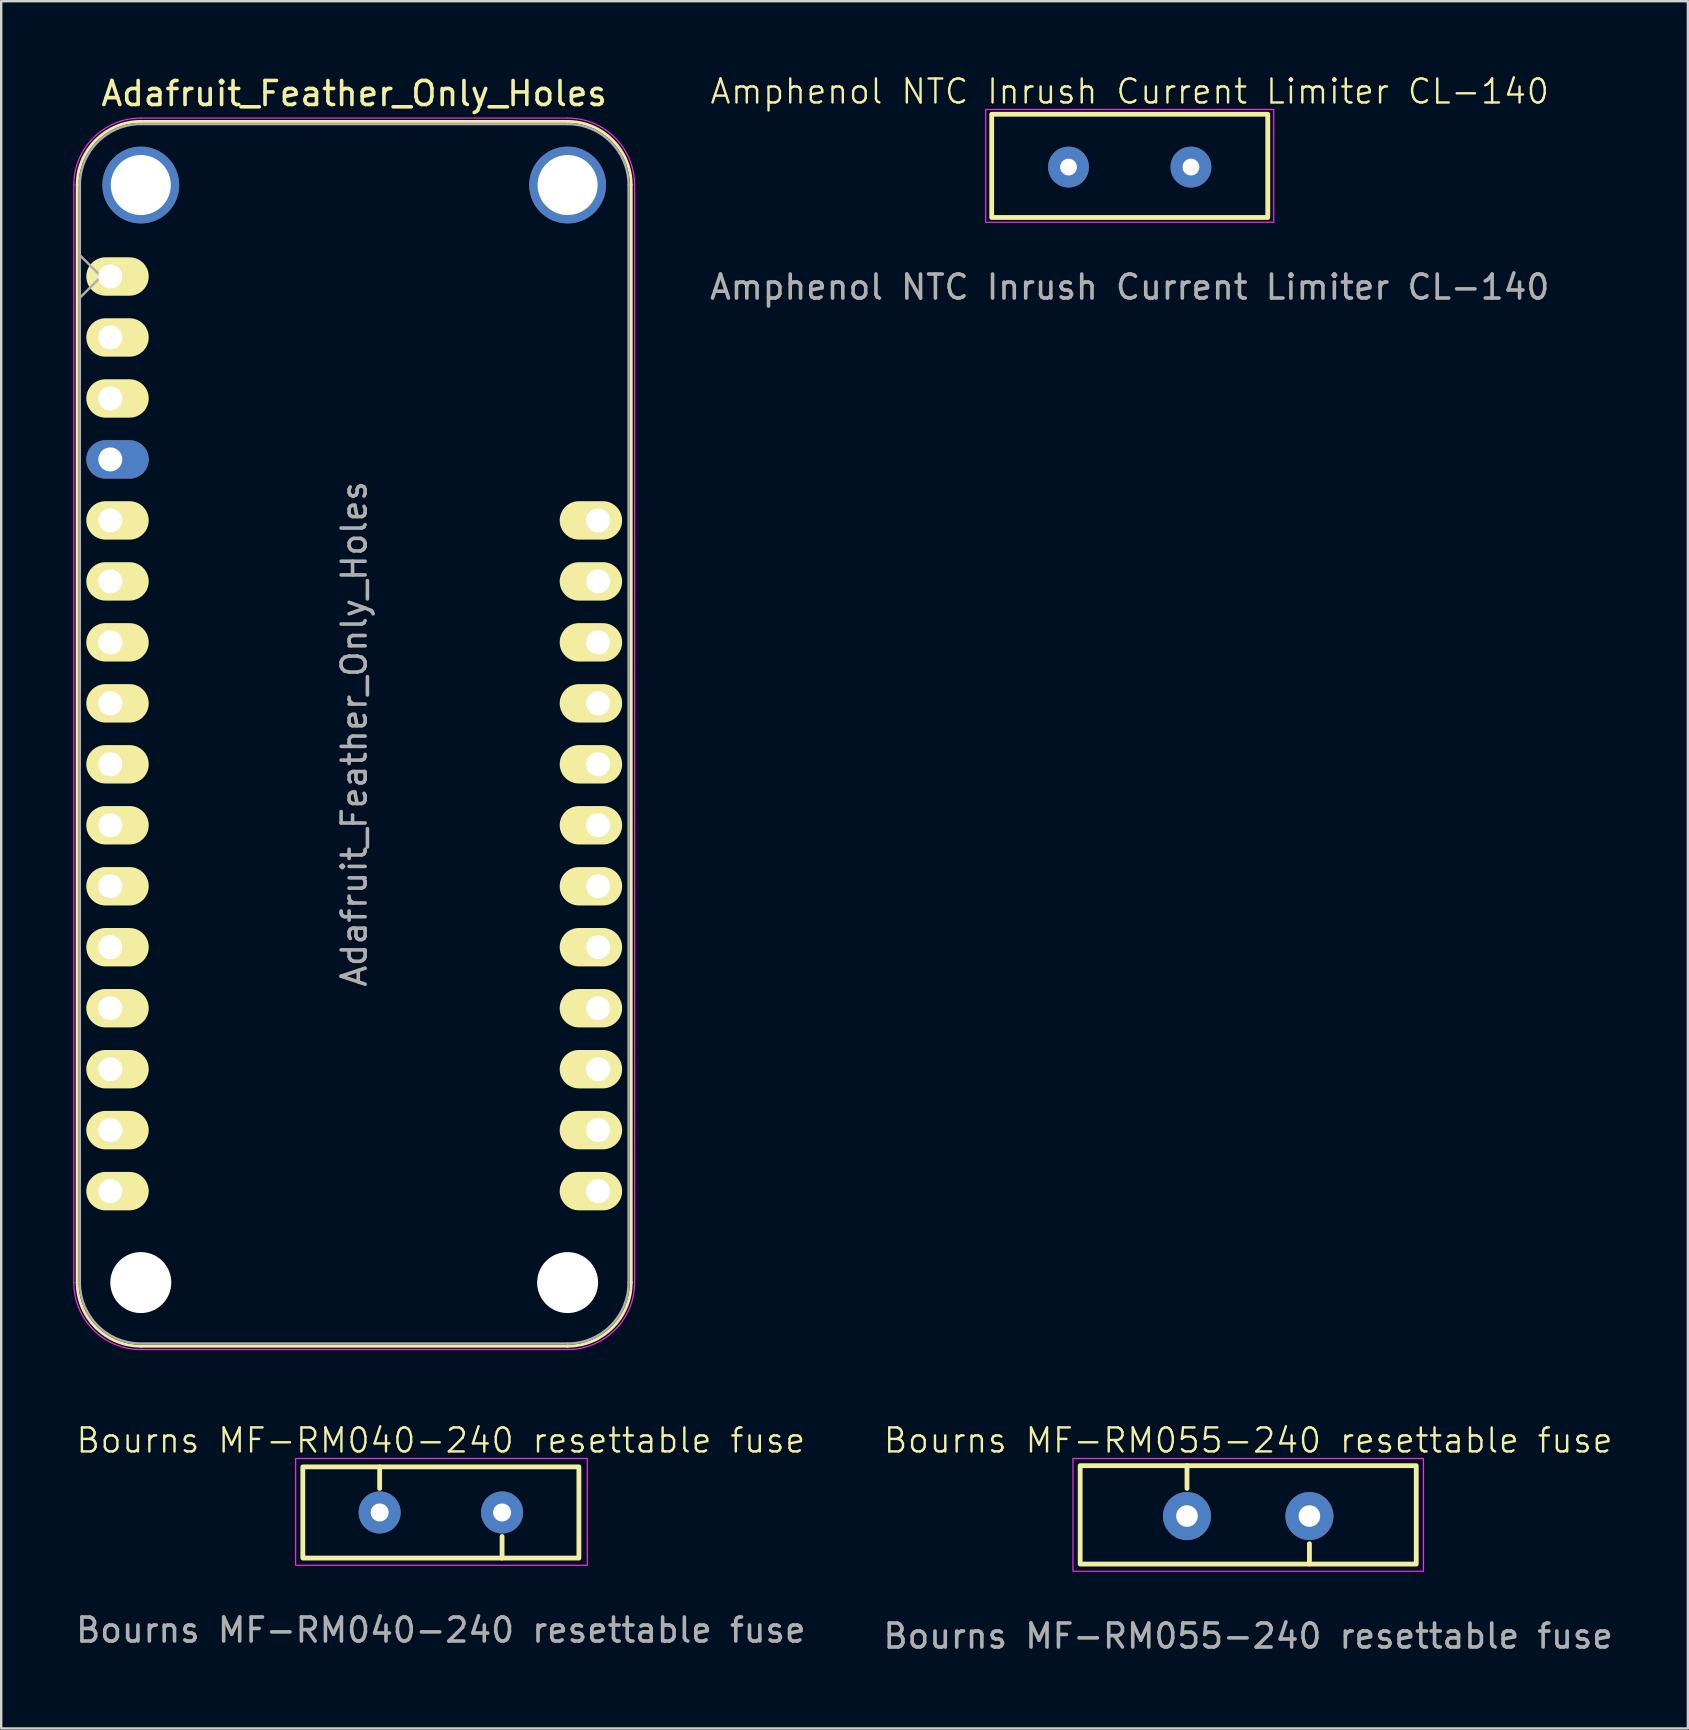
<source format=kicad_pcb>
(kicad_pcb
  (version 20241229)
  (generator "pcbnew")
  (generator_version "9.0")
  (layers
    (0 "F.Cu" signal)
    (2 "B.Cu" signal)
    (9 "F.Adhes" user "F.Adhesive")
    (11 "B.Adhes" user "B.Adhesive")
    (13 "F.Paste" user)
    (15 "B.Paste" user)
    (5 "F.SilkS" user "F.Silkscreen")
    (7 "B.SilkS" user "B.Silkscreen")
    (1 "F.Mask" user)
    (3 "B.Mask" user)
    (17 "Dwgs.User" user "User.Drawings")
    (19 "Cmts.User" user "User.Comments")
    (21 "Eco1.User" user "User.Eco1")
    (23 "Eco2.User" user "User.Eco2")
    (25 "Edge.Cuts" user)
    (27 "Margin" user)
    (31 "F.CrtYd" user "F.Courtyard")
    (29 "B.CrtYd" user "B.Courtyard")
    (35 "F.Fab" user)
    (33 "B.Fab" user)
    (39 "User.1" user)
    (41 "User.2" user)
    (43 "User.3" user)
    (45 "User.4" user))
  (footprint "Bourns MF-RM055-240 resettable fuse"
    (layer "F.Cu")
    (at 48.946 60.104)
    (property "Reference" "Bourns MF-RM055-240 resettable fuse" (at 0 -3.15 0) (unlocked yes) (layer "F.SilkS") (effects (font (size 1 1) (thickness 0.1))))
    (attr through_hole)
    (fp_line (start -2.55 -2.1) (end -2.55 -1.15) (stroke (width 0.2) (type default)) (layer "F.SilkS"))
    (fp_line (start 2.55 2) (end 2.55 1.15) (stroke (width 0.2) (type default)) (layer "F.SilkS"))
    (fp_rect (start -7 -2.1) (end 7 2) (stroke (width 0.2) (type default)) (fill no) (layer "F.SilkS"))
    (fp_rect (start -7.3 -2.4) (end 7.3 2.3) (stroke (width 0.05) (type default)) (fill no) (layer "F.CrtYd"))
    (fp_text user "${REFERENCE}" (at 0 5 0) (unlocked yes) (layer "F.Fab") (effects (font (size 1 1) (thickness 0.15))))
    (pad "1" thru_hole circle (at -2.55 0) (size 2 2) (drill 0.9) (layers "*.Cu" "*.Mask"))
    (pad "2" thru_hole circle (at 2.55 0) (size 2 2) (drill 0.9) (layers "*.Cu" "*.Mask")))
  (footprint "Bourns MF-RM040-240 resettable fuse"
    (layer "F.Cu")
    (at 15.315 59.954)
    (property "Reference" "Bourns MF-RM040-240 resettable fuse" (at 0 -3 0) (unlocked yes) (layer "F.SilkS") (effects (font (size 1 1) (thickness 0.1))))
    (attr through_hole)
    (fp_line (start -2.55 -1.9) (end -2.55 -1) (stroke (width 0.2) (type default)) (layer "F.SilkS"))
    (fp_line (start 2.55 1.9) (end 2.55 1) (stroke (width 0.2) (type default)) (layer "F.SilkS"))
    (fp_rect (start -5.75 -1.9) (end 5.75 1.9) (stroke (width 0.2) (type default)) (fill no) (layer "F.SilkS"))
    (fp_rect (start -6.05 -2.25) (end 6.1 2.2) (stroke (width 0.05) (type default)) (fill no) (layer "F.CrtYd"))
    (fp_text user "${REFERENCE}" (at 0 4.9 0) (unlocked yes) (layer "F.Fab") (effects (font (size 1 1) (thickness 0.15))))
    (pad "1" thru_hole circle (at -2.55 0) (size 1.75 1.75) (drill 0.75) (layers "*.Cu" "*.Mask"))
    (pad "2" thru_hole circle (at 2.55 0) (size 1.75 1.75) (drill 0.75) (layers "*.Cu" "*.Mask")))
  (footprint "Amphenol NTC Inrush Current Limiter CL-140"
    (layer "F.Cu")
    (at 44.011 3.91)
    (property "Reference" "Amphenol NTC Inrush Current Limiter CL-140" (at 0 -3.15 0) (unlocked yes) (layer "F.SilkS") (effects (font (size 1 1) (thickness 0.1))))
    (attr through_hole)
    (fp_rect (start -5.75 -2.2) (end 5.75 2.1) (stroke (width 0.2) (type default)) (fill no) (layer "F.SilkS"))
    (fp_rect (start -6 -2.4) (end 6 2.3) (stroke (width 0.05) (type default)) (fill no) (layer "F.CrtYd"))
    (fp_text user "${REFERENCE}" (at 0 5 0) (unlocked yes) (layer "F.Fab") (effects (font (size 1 1) (thickness 0.15))))
    (pad "1" thru_hole circle (at -2.55 0) (size 1.7 1.7) (drill 0.7) (layers "*.Cu" "*.Mask"))
    (pad "2" thru_hole circle (at 2.55 0) (size 1.7 1.7) (drill 0.7) (layers "*.Cu" "*.Mask")))
  (footprint "Adafruit_Feather_Only_Holes"
    (layer "F.Cu")
    (at 1.545 8.468)
    (property "Reference" "Adafruit_Feather_Only_Holes" (at 10.16 -7.62 0) (layer "F.SilkS") (effects (font (size 1 1) (thickness 0.15))))
    (attr through_hole)
    (fp_line (start -1.38 -3.81) (end -1.38 41.91) (stroke (width 0.12) (type solid)) (layer "F.SilkS"))
    (fp_line (start 19.05 -6.46) (end 1.27 -6.46) (stroke (width 0.12) (type solid)) (layer "F.SilkS"))
    (fp_line (start 19.05 44.56) (end 1.27 44.56) (stroke (width 0.12) (type solid)) (layer "F.SilkS"))
    (fp_line (start 21.7 -3.81) (end 21.7 41.91) (stroke (width 0.12) (type solid)) (layer "F.SilkS"))
    (fp_arc (start -1.38 -3.81) (mid -0.603833 -5.683833) (end 1.27 -6.46) (stroke (width 0.12) (type solid)) (layer "F.SilkS"))
    (fp_arc (start 1.27 44.56) (mid -0.603833 43.783833) (end -1.38 41.91) (stroke (width 0.12) (type solid)) (layer "F.SilkS"))
    (fp_arc (start 19.05 -6.46) (mid 20.923833 -5.683833) (end 21.7 -3.81) (stroke (width 0.12) (type solid)) (layer "F.SilkS"))
    (fp_arc (start 21.7 41.91) (mid 20.923833 43.783833) (end 19.05 44.56) (stroke (width 0.12) (type solid)) (layer "F.SilkS"))
    (fp_line (start -1.52 41.91) (end -1.52 -3.81) (stroke (width 0.05) (type solid)) (layer "F.CrtYd"))
    (fp_line (start 19.05 -6.6) (end 1.27 -6.6) (stroke (width 0.05) (type solid)) (layer "F.CrtYd"))
    (fp_line (start 19.05 44.7) (end 1.27 44.7) (stroke (width 0.05) (type solid)) (layer "F.CrtYd"))
    (fp_line (start 21.84 41.91) (end 21.84 -3.81) (stroke (width 0.05) (type solid)) (layer "F.CrtYd"))
    (fp_arc (start -1.52 -3.81) (mid -0.702828 -5.782828) (end 1.27 -6.6) (stroke (width 0.05) (type solid)) (layer "F.CrtYd"))
    (fp_arc (start 1.27 44.7) (mid -0.702828 43.882828) (end -1.52 41.91) (stroke (width 0.05) (type solid)) (layer "F.CrtYd"))
    (fp_arc (start 19.05 -6.6) (mid 21.022828 -5.782828) (end 21.84 -3.81) (stroke (width 0.05) (type solid)) (layer "F.CrtYd"))
    (fp_arc (start 21.84 41.91) (mid 21.022828 43.882828) (end 19.05 44.7) (stroke (width 0.05) (type solid)) (layer "F.CrtYd"))
    (fp_line (start -1.27 -3.81) (end -1.27 41.91) (stroke (width 0.1) (type solid)) (layer "F.Fab"))
    (fp_line (start -1.27 -0.889) (end -0.381 0) (stroke (width 0.1) (type solid)) (layer "F.Fab"))
    (fp_line (start -0.381 0) (end -1.27 0.889) (stroke (width 0.1) (type solid)) (layer "F.Fab"))
    (fp_line (start 1.27 44.45) (end 19.05 44.45) (stroke (width 0.1) (type solid)) (layer "F.Fab"))
    (fp_line (start 19.05 -6.35) (end 1.27 -6.35) (stroke (width 0.1) (type solid)) (layer "F.Fab"))
    (fp_line (start 21.59 41.91) (end 21.59 -3.81) (stroke (width 0.1) (type solid)) (layer "F.Fab"))
    (fp_arc (start -1.27 -3.81) (mid -0.526051 -5.606051) (end 1.27 -6.35) (stroke (width 0.1) (type solid)) (layer "F.Fab"))
    (fp_arc (start 1.221238 44.449532) (mid -0.543209 43.688728) (end -1.27 41.91) (stroke (width 0.1) (type solid)) (layer "F.Fab"))
    (fp_arc (start 19.05 -6.35) (mid 20.846051 -5.606051) (end 21.59 -3.81) (stroke (width 0.1) (type solid)) (layer "F.Fab"))
    (fp_arc (start 21.59 41.91) (mid 20.846051 43.706051) (end 19.05 44.45) (stroke (width 0.1) (type solid)) (layer "F.Fab"))
    (fp_text user "${REFERENCE}" (at 10.16 19.05 270) (layer "F.Fab") (effects (font (size 1 1) (thickness 0.15))))
    (pad "" np_thru_hole oval (at 0 0) (size 2.6 1.6) (drill 1 (offset 0.3 0)) (layers "F.SilkS"))
    (pad "" np_thru_hole oval (at 0 2.54) (size 2.6 1.6) (drill 1 (offset 0.3 0)) (layers "F.SilkS"))
    (pad "" np_thru_hole oval (at 0 5.08) (size 2.6 1.6) (drill 1 (offset 0.3 0)) (layers "F.SilkS"))
    (pad "" thru_hole oval (at 0 7.62) (size 2.6 1.6) (drill 1 (offset 0.3 0)) (layers "*.Cu" "*.Mask"))
    (pad "" np_thru_hole oval (at 0 10.16) (size 2.6 1.6) (drill 1 (offset 0.3 0)) (layers "F.SilkS"))
    (pad "" np_thru_hole oval (at 0 12.7) (size 2.6 1.6) (drill 1 (offset 0.3 0)) (layers "F.SilkS"))
    (pad "" np_thru_hole oval (at 0 15.24) (size 2.6 1.6) (drill 1 (offset 0.3 0)) (layers "F.SilkS"))
    (pad "" np_thru_hole oval (at 0 17.78) (size 2.6 1.6) (drill 1 (offset 0.3 0)) (layers "F.SilkS"))
    (pad "" np_thru_hole oval (at 0 20.32) (size 2.6 1.6) (drill 1 (offset 0.3 0)) (layers "F.SilkS"))
    (pad "" np_thru_hole oval (at 0 22.86) (size 2.6 1.6) (drill 1 (offset 0.3 0)) (layers "F.SilkS"))
    (pad "" np_thru_hole oval (at 0 25.4) (size 2.6 1.6) (drill 1 (offset 0.3 0)) (layers "F.SilkS"))
    (pad "" np_thru_hole oval (at 0 27.94) (size 2.6 1.6) (drill 1 (offset 0.3 0)) (layers "F.SilkS"))
    (pad "" np_thru_hole oval (at 0 30.48) (size 2.6 1.6) (drill 1 (offset 0.3 0)) (layers "F.SilkS"))
    (pad "" np_thru_hole oval (at 0 33.02) (size 2.6 1.6) (drill 1 (offset 0.3 0)) (layers "F.SilkS"))
    (pad "" np_thru_hole oval (at 0 35.56) (size 2.6 1.6) (drill 1 (offset 0.3 0)) (layers "F.SilkS"))
    (pad "" np_thru_hole oval (at 0 38.1) (size 2.6 1.6) (drill 1 (offset 0.3 0)) (layers "F.SilkS"))
    (pad "" np_thru_hole circle (at 1.27 -3.81 270) (size 3.2 3.2) (drill 2.5) (layers "*.Cu" "*.Mask"))
    (pad "" np_thru_hole circle (at 1.27 41.91 270) (size 2.54 2.54) (drill 2.54) (layers "*.Cu" "*.Mask"))
    (pad "" np_thru_hole circle (at 19.05 -3.81 270) (size 3.2 3.2) (drill 2.5) (layers "*.Cu" "*.Mask"))
    (pad "" np_thru_hole circle (at 19.05 41.91 270) (size 2.54 2.54) (drill 2.54) (layers "*.Cu" "*.Mask"))
    (pad "" np_thru_hole oval (at 20.32 10.16 180) (size 2.6 1.6) (drill 1 (offset 0.3 0)) (layers "F.SilkS"))
    (pad "" np_thru_hole oval (at 20.32 12.7 180) (size 2.6 1.6) (drill 1 (offset 0.3 0)) (layers "F.SilkS"))
    (pad "" np_thru_hole oval (at 20.32 15.24 180) (size 2.6 1.6) (drill 1 (offset 0.3 0)) (layers "F.SilkS"))
    (pad "" np_thru_hole oval (at 20.32 17.78 180) (size 2.6 1.6) (drill 1 (offset 0.3 0)) (layers "F.SilkS"))
    (pad "" np_thru_hole oval (at 20.32 20.32 180) (size 2.6 1.6) (drill 1 (offset 0.3 0)) (layers "F.SilkS"))
    (pad "" np_thru_hole oval (at 20.32 22.86 180) (size 2.6 1.6) (drill 1 (offset 0.3 0)) (layers "F.SilkS"))
    (pad "" np_thru_hole oval (at 20.32 25.4 180) (size 2.6 1.6) (drill 1 (offset 0.3 0)) (layers "F.SilkS"))
    (pad "" np_thru_hole oval (at 20.32 27.94 180) (size 2.6 1.6) (drill 1 (offset 0.3 0)) (layers "F.SilkS"))
    (pad "" np_thru_hole oval (at 20.32 30.48 180) (size 2.6 1.6) (drill 1 (offset 0.3 0)) (layers "F.SilkS"))
    (pad "" np_thru_hole oval (at 20.32 33.02 180) (size 2.6 1.6) (drill 1 (offset 0.3 0)) (layers "F.SilkS"))
    (pad "" np_thru_hole oval (at 20.32 35.56 180) (size 2.6 1.6) (drill 1 (offset 0.3 0)) (layers "F.SilkS"))
    (pad "" np_thru_hole oval (at 20.32 38.1 180) (size 2.6 1.6) (drill 1 (offset 0.3 0)) (layers "F.SilkS")))
  (gr_rect
    (start -3 -3)
    (end 67.262 68.952)
    (stroke (width 0.1) (type default))
    (fill no)
    (layer "Edge.Cuts")))
</source>
